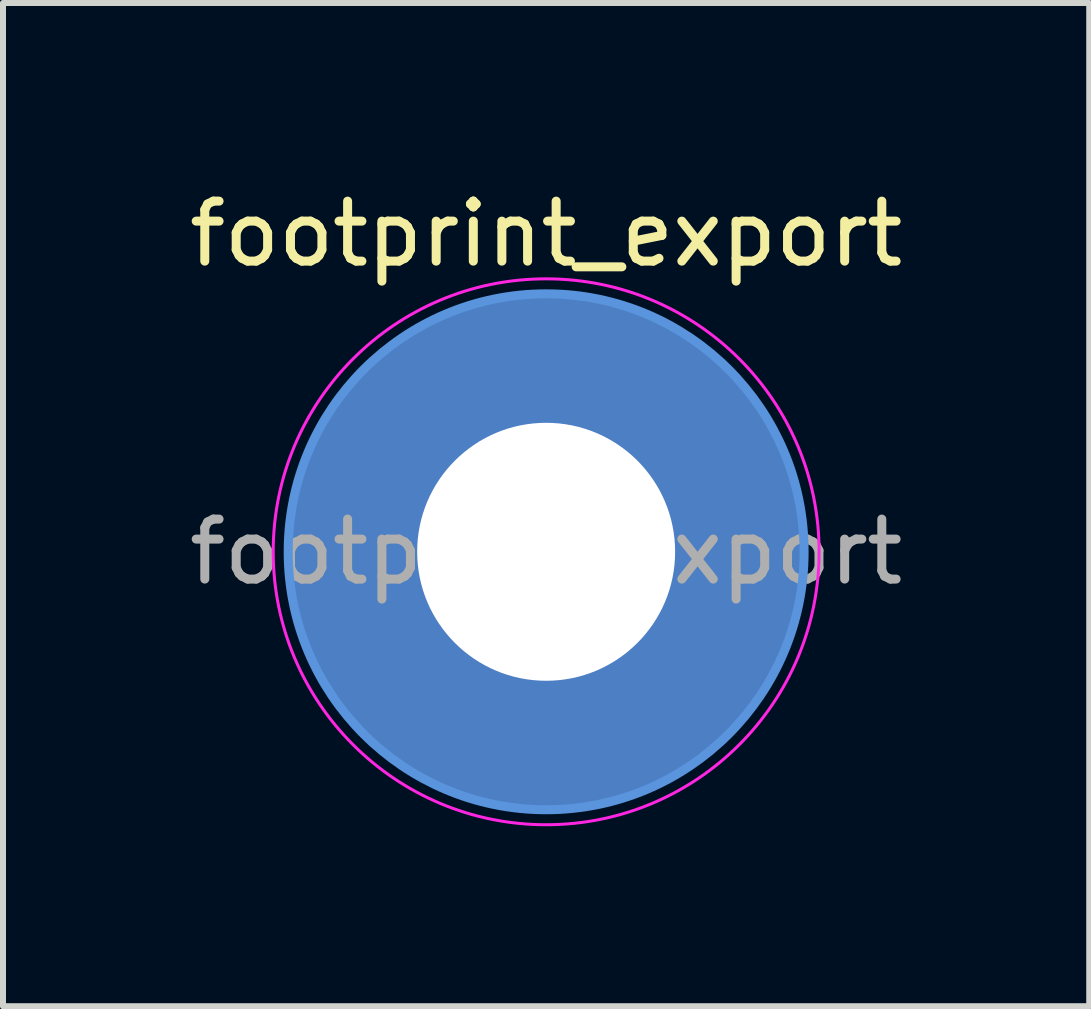
<source format=kicad_pcb>
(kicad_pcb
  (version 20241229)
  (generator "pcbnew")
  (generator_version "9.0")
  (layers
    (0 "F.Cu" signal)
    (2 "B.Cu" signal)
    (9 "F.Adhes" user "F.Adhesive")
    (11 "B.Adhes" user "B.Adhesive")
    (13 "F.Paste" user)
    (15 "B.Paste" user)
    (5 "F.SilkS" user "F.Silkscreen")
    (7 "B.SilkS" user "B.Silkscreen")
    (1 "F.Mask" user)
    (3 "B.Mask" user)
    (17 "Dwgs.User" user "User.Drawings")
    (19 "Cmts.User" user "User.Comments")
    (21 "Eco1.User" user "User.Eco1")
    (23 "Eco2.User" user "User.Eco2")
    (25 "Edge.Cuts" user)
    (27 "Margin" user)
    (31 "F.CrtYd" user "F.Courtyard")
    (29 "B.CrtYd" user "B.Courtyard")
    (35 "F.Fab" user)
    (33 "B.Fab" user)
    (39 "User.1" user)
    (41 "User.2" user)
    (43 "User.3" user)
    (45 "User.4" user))
  (footprint "footprint_export"
    (layer "F.Cu")
    (at 6.054 6.148)
    (property "Reference" "footprint_export" (at 0 -5.3 0) (layer "F.SilkS") (effects (font (size 1 1) (thickness 0.15))))
    (attr exclude_from_pos_files exclude_from_bom)
    (fp_circle (center 0 0) (end 4.3 0) (stroke (width 0.15) (type solid)) (fill no) (layer "Cmts.User"))
    (fp_circle (center 0 0) (end 4.55 0) (stroke (width 0.05) (type solid)) (fill no) (layer "F.CrtYd"))
    (fp_text user "${REFERENCE}" (at 0 0 0) (layer "F.Fab") (effects (font (size 1 1) (thickness 0.15))))
    (pad "1" thru_hole circle (at 0 0) (size 8.6 8.6) (drill 4.3) (layers "*.Cu" "*.Mask")))
  (gr_rect
    (start -3 -3)
    (end 15.107 13.723)
    (stroke (width 0.1) (type default))
    (fill no)
    (layer "Edge.Cuts")))
</source>
